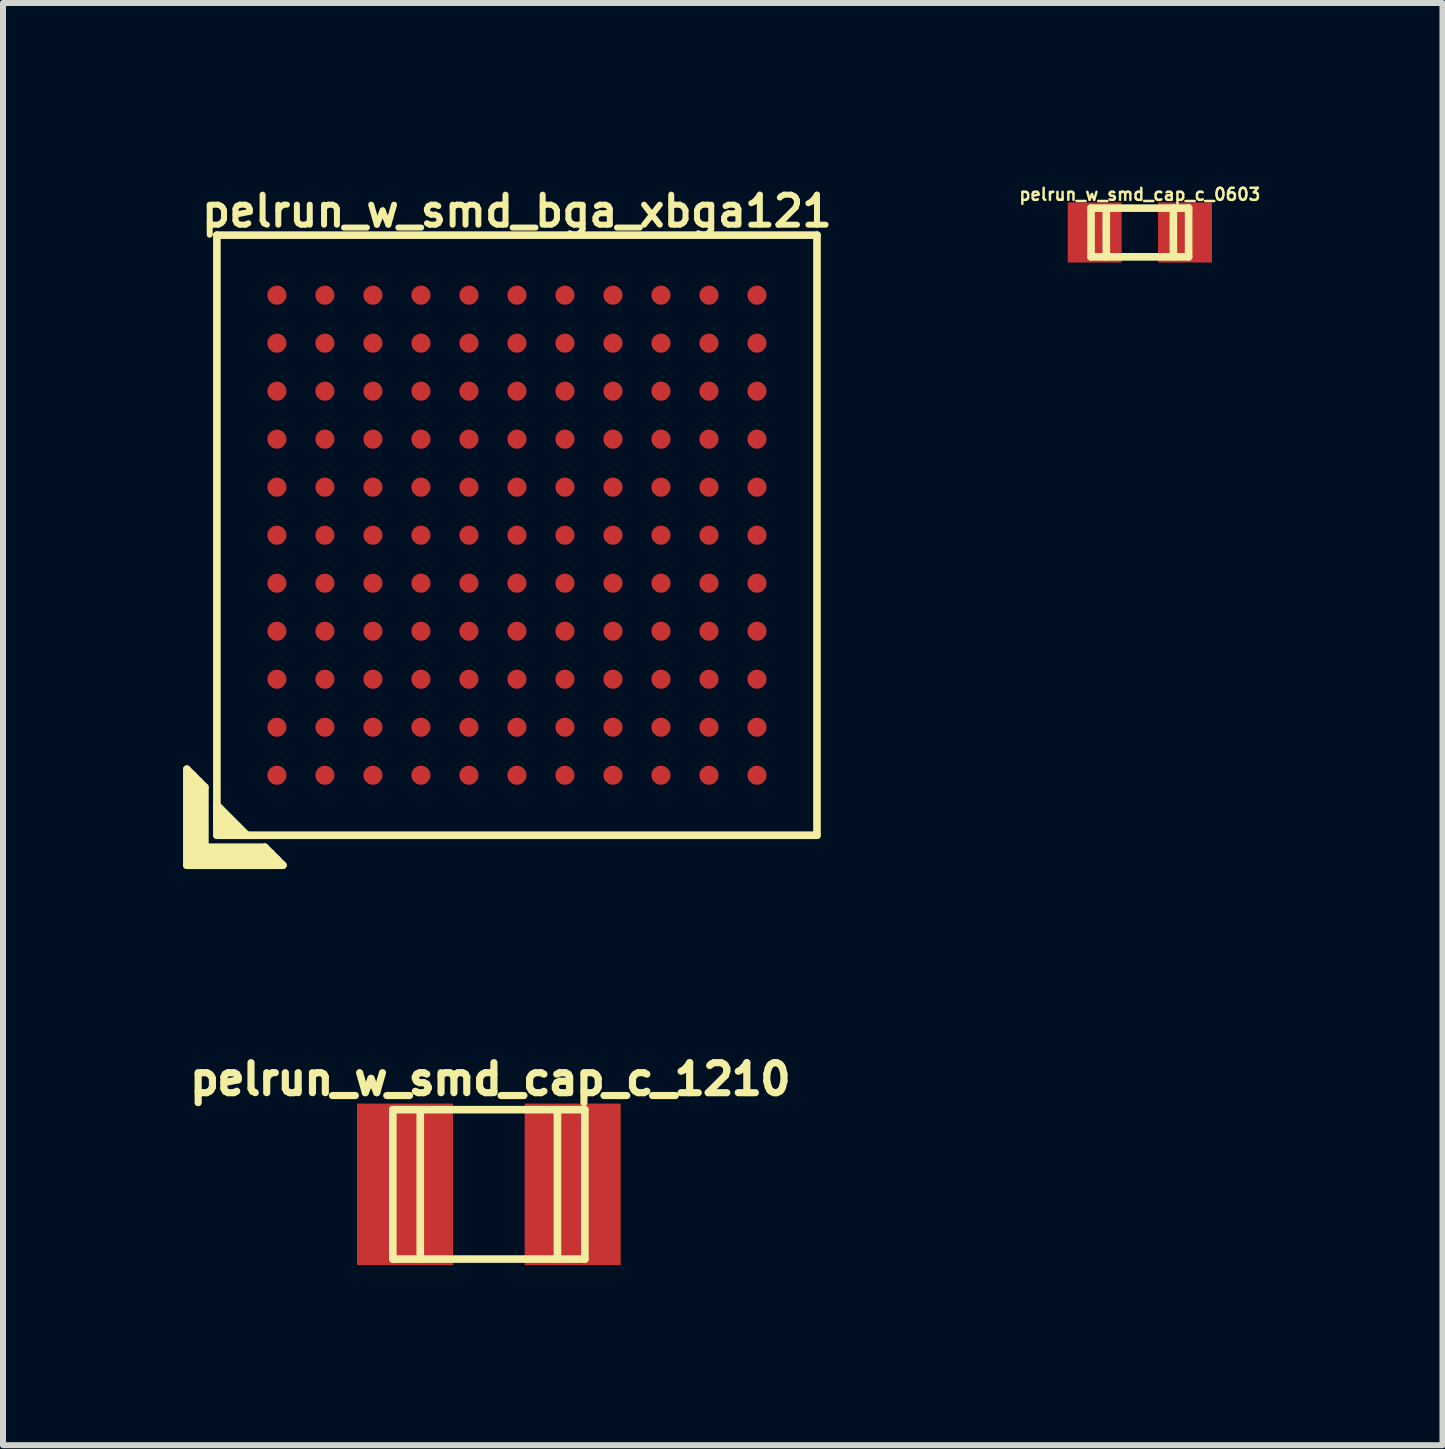
<source format=kicad_pcb>
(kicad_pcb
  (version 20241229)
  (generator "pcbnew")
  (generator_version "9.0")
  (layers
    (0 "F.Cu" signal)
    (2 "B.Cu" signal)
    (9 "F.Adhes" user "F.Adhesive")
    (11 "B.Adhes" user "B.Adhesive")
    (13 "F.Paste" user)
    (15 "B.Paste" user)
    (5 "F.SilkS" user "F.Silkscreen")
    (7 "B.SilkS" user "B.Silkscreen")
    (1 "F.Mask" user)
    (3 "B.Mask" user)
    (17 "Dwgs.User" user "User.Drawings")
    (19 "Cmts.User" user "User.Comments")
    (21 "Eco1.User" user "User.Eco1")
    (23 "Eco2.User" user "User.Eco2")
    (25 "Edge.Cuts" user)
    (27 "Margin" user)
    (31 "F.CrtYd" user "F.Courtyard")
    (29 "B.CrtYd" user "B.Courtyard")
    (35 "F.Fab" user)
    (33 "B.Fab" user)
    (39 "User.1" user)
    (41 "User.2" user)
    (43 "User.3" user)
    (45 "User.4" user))
  (footprint "pelrun_w_smd_cap_c_1210"
    (layer "F.Cu")
    (at 5.096 16.686)
    (property "Reference" "pelrun_w_smd_cap_c_1210" (at 0.025 -1.753 0) (layer "F.SilkS") (effects (font (size 0.5 0.5) (thickness 0.119))))
    (attr through_hole)
    (fp_line (start -1.6 -1.245) (end -1.6 1.245) (stroke (width 0.127) (type solid)) (layer "F.SilkS"))
    (fp_line (start -1.6 1.245) (end 1.6 1.245) (stroke (width 0.127) (type solid)) (layer "F.SilkS"))
    (fp_line (start -1.143 1.245) (end -1.143 -1.245) (stroke (width 0.127) (type solid)) (layer "F.SilkS"))
    (fp_line (start 1.143 -1.245) (end 1.143 1.245) (stroke (width 0.127) (type solid)) (layer "F.SilkS"))
    (fp_line (start 1.6 -1.245) (end -1.6 -1.245) (stroke (width 0.127) (type solid)) (layer "F.SilkS"))
    (fp_line (start 1.6 1.245) (end 1.6 -1.245) (stroke (width 0.127) (type solid)) (layer "F.SilkS"))
    (pad "1" smd rect (at 1.397 0) (size 1.6 2.692) (layers "F.Cu" "F.Mask" "F.Paste"))
    (pad "2" smd rect (at -1.397 0) (size 1.6 2.692) (layers "F.Cu" "F.Mask" "F.Paste")))
  (footprint "pelrun_w_smd_bga_xbga121"
    (layer "F.Cu")
    (at 5.564 5.868)
    (property "Reference" "pelrun_w_smd_bga_xbga121" (at 0 -5.4 0) (layer "F.SilkS") (effects (font (size 0.5 0.5) (thickness 0.1))))
    (attr through_hole)
    (fp_line (start -5.5 3.9) (end -5.2 4.2) (stroke (width 0.127) (type solid)) (layer "F.SilkS"))
    (fp_line (start -5.5 5.5) (end -5.5 3.9) (stroke (width 0.127) (type solid)) (layer "F.SilkS"))
    (fp_line (start -5.4 5.4) (end -5.4 4) (stroke (width 0.127) (type solid)) (layer "F.SilkS"))
    (fp_line (start -5.3 4.1) (end -5.3 5.3) (stroke (width 0.127) (type solid)) (layer "F.SilkS"))
    (fp_line (start -5.3 5.3) (end -4.1 5.3) (stroke (width 0.127) (type solid)) (layer "F.SilkS"))
    (fp_line (start -5.2 4.2) (end -5.2 5.2) (stroke (width 0.127) (type solid)) (layer "F.SilkS"))
    (fp_line (start -5.2 5.2) (end -4.2 5.2) (stroke (width 0.127) (type solid)) (layer "F.SilkS"))
    (fp_line (start -5 -5) (end -5 5) (stroke (width 0.127) (type solid)) (layer "F.SilkS"))
    (fp_line (start -5 4.7) (end -4.7 5) (stroke (width 0.127) (type solid)) (layer "F.SilkS"))
    (fp_line (start -5 5) (end 5 5) (stroke (width 0.127) (type solid)) (layer "F.SilkS"))
    (fp_line (start -4.8 5) (end -5 4.8) (stroke (width 0.127) (type solid)) (layer "F.SilkS"))
    (fp_line (start -4.6 5) (end -5 4.6) (stroke (width 0.127) (type solid)) (layer "F.SilkS"))
    (fp_line (start -4.5 5) (end -5 4.5) (stroke (width 0.127) (type solid)) (layer "F.SilkS"))
    (fp_line (start -4.2 5.2) (end -3.9 5.5) (stroke (width 0.127) (type solid)) (layer "F.SilkS"))
    (fp_line (start -4 5.4) (end -5.4 5.4) (stroke (width 0.127) (type solid)) (layer "F.SilkS"))
    (fp_line (start -3.9 5.5) (end -5.5 5.5) (stroke (width 0.127) (type solid)) (layer "F.SilkS"))
    (fp_line (start 5 -5) (end -5 -5) (stroke (width 0.127) (type solid)) (layer "F.SilkS"))
    (fp_line (start 5 5) (end 5 -5) (stroke (width 0.127) (type solid)) (layer "F.SilkS"))
    (pad "A1" smd circle (at -4 4) (size 0.318 0.318) (layers "F.Cu" "F.Mask" "F.Paste"))
    (pad "A2" smd circle (at -3.2 4) (size 0.318 0.318) (layers "F.Cu" "F.Mask" "F.Paste"))
    (pad "A3" smd circle (at -2.4 4) (size 0.318 0.318) (layers "F.Cu" "F.Mask" "F.Paste"))
    (pad "A4" smd circle (at -1.6 4) (size 0.318 0.318) (layers "F.Cu" "F.Mask" "F.Paste"))
    (pad "A5" smd circle (at -0.8 4) (size 0.318 0.318) (layers "F.Cu" "F.Mask" "F.Paste"))
    (pad "A6" smd circle (at 0 4) (size 0.318 0.318) (layers "F.Cu" "F.Mask" "F.Paste"))
    (pad "A7" smd circle (at 0.8 4) (size 0.318 0.318) (layers "F.Cu" "F.Mask" "F.Paste"))
    (pad "A8" smd circle (at 1.6 4) (size 0.318 0.318) (layers "F.Cu" "F.Mask" "F.Paste"))
    (pad "A9" smd circle (at 2.4 4) (size 0.318 0.318) (layers "F.Cu" "F.Mask" "F.Paste"))
    (pad "A10" smd circle (at 3.2 4) (size 0.318 0.318) (layers "F.Cu" "F.Mask" "F.Paste"))
    (pad "A11" smd circle (at 4 4) (size 0.318 0.318) (layers "F.Cu" "F.Mask" "F.Paste"))
    (pad "B1" smd circle (at -4 3.2) (size 0.318 0.318) (layers "F.Cu" "F.Mask" "F.Paste"))
    (pad "B2" smd circle (at -3.2 3.2) (size 0.318 0.318) (layers "F.Cu" "F.Mask" "F.Paste"))
    (pad "B3" smd circle (at -2.4 3.2) (size 0.318 0.318) (layers "F.Cu" "F.Mask" "F.Paste"))
    (pad "B4" smd circle (at -1.6 3.2) (size 0.318 0.318) (layers "F.Cu" "F.Mask" "F.Paste"))
    (pad "B5" smd circle (at -0.8 3.2) (size 0.318 0.318) (layers "F.Cu" "F.Mask" "F.Paste"))
    (pad "B6" smd circle (at 0 3.2) (size 0.318 0.318) (layers "F.Cu" "F.Mask" "F.Paste"))
    (pad "B7" smd circle (at 0.8 3.2) (size 0.318 0.318) (layers "F.Cu" "F.Mask" "F.Paste"))
    (pad "B8" smd circle (at 1.6 3.2) (size 0.318 0.318) (layers "F.Cu" "F.Mask" "F.Paste"))
    (pad "B9" smd circle (at 2.4 3.2) (size 0.318 0.318) (layers "F.Cu" "F.Mask" "F.Paste"))
    (pad "B10" smd circle (at 3.2 3.2) (size 0.318 0.318) (layers "F.Cu" "F.Mask" "F.Paste"))
    (pad "B11" smd circle (at 4 3.2) (size 0.318 0.318) (layers "F.Cu" "F.Mask" "F.Paste"))
    (pad "C1" smd circle (at -4 2.4) (size 0.318 0.318) (layers "F.Cu" "F.Mask" "F.Paste"))
    (pad "C2" smd circle (at -3.2 2.4) (size 0.318 0.318) (layers "F.Cu" "F.Mask" "F.Paste"))
    (pad "C3" smd circle (at -2.4 2.4) (size 0.318 0.318) (layers "F.Cu" "F.Mask" "F.Paste"))
    (pad "C4" smd circle (at -1.6 2.4) (size 0.318 0.318) (layers "F.Cu" "F.Mask" "F.Paste"))
    (pad "C5" smd circle (at -0.8 2.4) (size 0.318 0.318) (layers "F.Cu" "F.Mask" "F.Paste"))
    (pad "C6" smd circle (at 0 2.4) (size 0.318 0.318) (layers "F.Cu" "F.Mask" "F.Paste"))
    (pad "C7" smd circle (at 0.8 2.4) (size 0.318 0.318) (layers "F.Cu" "F.Mask" "F.Paste"))
    (pad "C8" smd circle (at 1.6 2.4) (size 0.318 0.318) (layers "F.Cu" "F.Mask" "F.Paste"))
    (pad "C9" smd circle (at 2.4 2.4) (size 0.318 0.318) (layers "F.Cu" "F.Mask" "F.Paste"))
    (pad "C10" smd circle (at 3.2 2.4) (size 0.318 0.318) (layers "F.Cu" "F.Mask" "F.Paste"))
    (pad "C11" smd circle (at 4 2.4) (size 0.318 0.318) (layers "F.Cu" "F.Mask" "F.Paste"))
    (pad "D1" smd circle (at -4 1.6) (size 0.318 0.318) (layers "F.Cu" "F.Mask" "F.Paste"))
    (pad "D2" smd circle (at -3.2 1.6) (size 0.318 0.318) (layers "F.Cu" "F.Mask" "F.Paste"))
    (pad "D3" smd circle (at -2.4 1.6) (size 0.318 0.318) (layers "F.Cu" "F.Mask" "F.Paste"))
    (pad "D4" smd circle (at -1.6 1.6) (size 0.318 0.318) (layers "F.Cu" "F.Mask" "F.Paste"))
    (pad "D5" smd circle (at -0.8 1.6) (size 0.318 0.318) (layers "F.Cu" "F.Mask" "F.Paste"))
    (pad "D6" smd circle (at 0 1.6) (size 0.318 0.318) (layers "F.Cu" "F.Mask" "F.Paste"))
    (pad "D7" smd circle (at 0.8 1.6) (size 0.318 0.318) (layers "F.Cu" "F.Mask" "F.Paste"))
    (pad "D8" smd circle (at 1.6 1.6) (size 0.318 0.318) (layers "F.Cu" "F.Mask" "F.Paste"))
    (pad "D9" smd circle (at 2.4 1.6) (size 0.318 0.318) (layers "F.Cu" "F.Mask" "F.Paste"))
    (pad "D10" smd circle (at 3.2 1.6) (size 0.318 0.318) (layers "F.Cu" "F.Mask" "F.Paste"))
    (pad "D11" smd circle (at 4 1.6) (size 0.318 0.318) (layers "F.Cu" "F.Mask" "F.Paste"))
    (pad "E1" smd circle (at -4 0.8) (size 0.318 0.318) (layers "F.Cu" "F.Mask" "F.Paste"))
    (pad "E2" smd circle (at -3.2 0.8) (size 0.318 0.318) (layers "F.Cu" "F.Mask" "F.Paste"))
    (pad "E3" smd circle (at -2.4 0.8) (size 0.318 0.318) (layers "F.Cu" "F.Mask" "F.Paste"))
    (pad "E4" smd circle (at -1.6 0.8) (size 0.318 0.318) (layers "F.Cu" "F.Mask" "F.Paste"))
    (pad "E5" smd circle (at -0.8 0.8) (size 0.318 0.318) (layers "F.Cu" "F.Mask" "F.Paste"))
    (pad "E6" smd circle (at 0 0.8) (size 0.318 0.318) (layers "F.Cu" "F.Mask" "F.Paste"))
    (pad "E7" smd circle (at 0.8 0.8) (size 0.318 0.318) (layers "F.Cu" "F.Mask" "F.Paste"))
    (pad "E8" smd circle (at 1.6 0.8) (size 0.318 0.318) (layers "F.Cu" "F.Mask" "F.Paste"))
    (pad "E9" smd circle (at 2.4 0.8) (size 0.318 0.318) (layers "F.Cu" "F.Mask" "F.Paste"))
    (pad "E10" smd circle (at 3.2 0.8) (size 0.318 0.318) (layers "F.Cu" "F.Mask" "F.Paste"))
    (pad "E11" smd circle (at 4 0.8) (size 0.318 0.318) (layers "F.Cu" "F.Mask" "F.Paste"))
    (pad "F1" smd circle (at -4 0) (size 0.318 0.318) (layers "F.Cu" "F.Mask" "F.Paste"))
    (pad "F2" smd circle (at -3.2 0) (size 0.318 0.318) (layers "F.Cu" "F.Mask" "F.Paste"))
    (pad "F3" smd circle (at -2.4 0) (size 0.318 0.318) (layers "F.Cu" "F.Mask" "F.Paste"))
    (pad "F4" smd circle (at -1.6 0) (size 0.318 0.318) (layers "F.Cu" "F.Mask" "F.Paste"))
    (pad "F5" smd circle (at -0.8 0) (size 0.318 0.318) (layers "F.Cu" "F.Mask" "F.Paste"))
    (pad "F6" smd circle (at 0 0) (size 0.318 0.318) (layers "F.Cu" "F.Mask" "F.Paste"))
    (pad "F7" smd circle (at 0.8 0) (size 0.318 0.318) (layers "F.Cu" "F.Mask" "F.Paste"))
    (pad "F8" smd circle (at 1.6 0) (size 0.318 0.318) (layers "F.Cu" "F.Mask" "F.Paste"))
    (pad "F9" smd circle (at 2.4 0) (size 0.318 0.318) (layers "F.Cu" "F.Mask" "F.Paste"))
    (pad "F10" smd circle (at 3.2 0) (size 0.318 0.318) (layers "F.Cu" "F.Mask" "F.Paste"))
    (pad "F11" smd circle (at 4 0) (size 0.318 0.318) (layers "F.Cu" "F.Mask" "F.Paste"))
    (pad "G1" smd circle (at -4 -0.8) (size 0.318 0.318) (layers "F.Cu" "F.Mask" "F.Paste"))
    (pad "G2" smd circle (at -3.2 -0.8) (size 0.318 0.318) (layers "F.Cu" "F.Mask" "F.Paste"))
    (pad "G3" smd circle (at -2.4 -0.8) (size 0.318 0.318) (layers "F.Cu" "F.Mask" "F.Paste"))
    (pad "G4" smd circle (at -1.6 -0.8) (size 0.318 0.318) (layers "F.Cu" "F.Mask" "F.Paste"))
    (pad "G5" smd circle (at -0.8 -0.8) (size 0.318 0.318) (layers "F.Cu" "F.Mask" "F.Paste"))
    (pad "G6" smd circle (at 0 -0.8) (size 0.318 0.318) (layers "F.Cu" "F.Mask" "F.Paste"))
    (pad "G7" smd circle (at 0.8 -0.8) (size 0.318 0.318) (layers "F.Cu" "F.Mask" "F.Paste"))
    (pad "G8" smd circle (at 1.6 -0.8) (size 0.318 0.318) (layers "F.Cu" "F.Mask" "F.Paste"))
    (pad "G9" smd circle (at 2.4 -0.8) (size 0.318 0.318) (layers "F.Cu" "F.Mask" "F.Paste"))
    (pad "G10" smd circle (at 3.2 -0.8) (size 0.318 0.318) (layers "F.Cu" "F.Mask" "F.Paste"))
    (pad "G11" smd circle (at 4 -0.8) (size 0.318 0.318) (layers "F.Cu" "F.Mask" "F.Paste"))
    (pad "H1" smd circle (at -4 -1.6) (size 0.318 0.318) (layers "F.Cu" "F.Mask" "F.Paste"))
    (pad "H2" smd circle (at -3.2 -1.6) (size 0.318 0.318) (layers "F.Cu" "F.Mask" "F.Paste"))
    (pad "H3" smd circle (at -2.4 -1.6) (size 0.318 0.318) (layers "F.Cu" "F.Mask" "F.Paste"))
    (pad "H4" smd circle (at -1.6 -1.6) (size 0.318 0.318) (layers "F.Cu" "F.Mask" "F.Paste"))
    (pad "H5" smd circle (at -0.8 -1.6) (size 0.318 0.318) (layers "F.Cu" "F.Mask" "F.Paste"))
    (pad "H6" smd circle (at 0 -1.6) (size 0.318 0.318) (layers "F.Cu" "F.Mask" "F.Paste"))
    (pad "H7" smd circle (at 0.8 -1.6) (size 0.318 0.318) (layers "F.Cu" "F.Mask" "F.Paste"))
    (pad "H8" smd circle (at 1.6 -1.6) (size 0.318 0.318) (layers "F.Cu" "F.Mask" "F.Paste"))
    (pad "H9" smd circle (at 2.4 -1.6) (size 0.318 0.318) (layers "F.Cu" "F.Mask" "F.Paste"))
    (pad "H10" smd circle (at 3.2 -1.6) (size 0.318 0.318) (layers "F.Cu" "F.Mask" "F.Paste"))
    (pad "H11" smd circle (at 4 -1.6) (size 0.318 0.318) (layers "F.Cu" "F.Mask" "F.Paste"))
    (pad "J1" smd circle (at -4 -2.4) (size 0.318 0.318) (layers "F.Cu" "F.Mask" "F.Paste"))
    (pad "J2" smd circle (at -3.2 -2.4) (size 0.318 0.318) (layers "F.Cu" "F.Mask" "F.Paste"))
    (pad "J3" smd circle (at -2.4 -2.4) (size 0.318 0.318) (layers "F.Cu" "F.Mask" "F.Paste"))
    (pad "J4" smd circle (at -1.6 -2.4) (size 0.318 0.318) (layers "F.Cu" "F.Mask" "F.Paste"))
    (pad "J5" smd circle (at -0.8 -2.4) (size 0.318 0.318) (layers "F.Cu" "F.Mask" "F.Paste"))
    (pad "J6" smd circle (at 0 -2.4) (size 0.318 0.318) (layers "F.Cu" "F.Mask" "F.Paste"))
    (pad "J7" smd circle (at 0.8 -2.4) (size 0.318 0.318) (layers "F.Cu" "F.Mask" "F.Paste"))
    (pad "J8" smd circle (at 1.6 -2.4) (size 0.318 0.318) (layers "F.Cu" "F.Mask" "F.Paste"))
    (pad "J9" smd circle (at 2.4 -2.4) (size 0.318 0.318) (layers "F.Cu" "F.Mask" "F.Paste"))
    (pad "J10" smd circle (at 3.2 -2.4) (size 0.318 0.318) (layers "F.Cu" "F.Mask" "F.Paste"))
    (pad "J11" smd circle (at 4 -2.4) (size 0.318 0.318) (layers "F.Cu" "F.Mask" "F.Paste"))
    (pad "K1" smd circle (at -4 -3.2) (size 0.318 0.318) (layers "F.Cu" "F.Mask" "F.Paste"))
    (pad "K2" smd circle (at -3.2 -3.2) (size 0.318 0.318) (layers "F.Cu" "F.Mask" "F.Paste"))
    (pad "K3" smd circle (at -2.4 -3.2) (size 0.318 0.318) (layers "F.Cu" "F.Mask" "F.Paste"))
    (pad "K4" smd circle (at -1.6 -3.2) (size 0.318 0.318) (layers "F.Cu" "F.Mask" "F.Paste"))
    (pad "K5" smd circle (at -0.8 -3.2) (size 0.318 0.318) (layers "F.Cu" "F.Mask" "F.Paste"))
    (pad "K6" smd circle (at 0 -3.2) (size 0.318 0.318) (layers "F.Cu" "F.Mask" "F.Paste"))
    (pad "K7" smd circle (at 0.8 -3.2) (size 0.318 0.318) (layers "F.Cu" "F.Mask" "F.Paste"))
    (pad "K8" smd circle (at 1.6 -3.2) (size 0.318 0.318) (layers "F.Cu" "F.Mask" "F.Paste"))
    (pad "K9" smd circle (at 2.4 -3.2) (size 0.318 0.318) (layers "F.Cu" "F.Mask" "F.Paste"))
    (pad "K10" smd circle (at 3.2 -3.2) (size 0.318 0.318) (layers "F.Cu" "F.Mask" "F.Paste"))
    (pad "K11" smd circle (at 4 -3.2) (size 0.318 0.318) (layers "F.Cu" "F.Mask" "F.Paste"))
    (pad "L1" smd circle (at -4 -4) (size 0.318 0.318) (layers "F.Cu" "F.Mask" "F.Paste"))
    (pad "L2" smd circle (at -3.2 -4) (size 0.318 0.318) (layers "F.Cu" "F.Mask" "F.Paste"))
    (pad "L3" smd circle (at -2.4 -4) (size 0.318 0.318) (layers "F.Cu" "F.Mask" "F.Paste"))
    (pad "L4" smd circle (at -1.6 -4) (size 0.318 0.318) (layers "F.Cu" "F.Mask" "F.Paste"))
    (pad "L5" smd circle (at -0.8 -4) (size 0.318 0.318) (layers "F.Cu" "F.Mask" "F.Paste"))
    (pad "L6" smd circle (at 0 -4) (size 0.318 0.318) (layers "F.Cu" "F.Mask" "F.Paste"))
    (pad "L7" smd circle (at 0.8 -4) (size 0.318 0.318) (layers "F.Cu" "F.Mask" "F.Paste"))
    (pad "L8" smd circle (at 1.6 -4) (size 0.318 0.318) (layers "F.Cu" "F.Mask" "F.Paste"))
    (pad "L9" smd circle (at 2.4 -4) (size 0.318 0.318) (layers "F.Cu" "F.Mask" "F.Paste"))
    (pad "L10" smd circle (at 3.2 -4) (size 0.318 0.318) (layers "F.Cu" "F.Mask" "F.Paste"))
    (pad "L11" smd circle (at 4 -4) (size 0.318 0.318) (layers "F.Cu" "F.Mask" "F.Paste")))
  (footprint "pelrun_w_smd_cap_c_0603"
    (layer "F.Cu")
    (at 15.944 0.824)
    (property "Reference" "pelrun_w_smd_cap_c_0603" (at 0 -0.635 0) (layer "F.SilkS") (effects (font (size 0.201 0.201) (thickness 0.041))))
    (attr through_hole)
    (fp_line (start -0.813 -0.406) (end 0.813 -0.406) (stroke (width 0.127) (type solid)) (layer "F.SilkS"))
    (fp_line (start -0.813 0.406) (end -0.813 -0.406) (stroke (width 0.127) (type solid)) (layer "F.SilkS"))
    (fp_line (start -0.559 -0.381) (end -0.559 0.406) (stroke (width 0.127) (type solid)) (layer "F.SilkS"))
    (fp_line (start 0.559 0.406) (end 0.559 -0.406) (stroke (width 0.127) (type solid)) (layer "F.SilkS"))
    (fp_line (start 0.813 -0.406) (end 0.813 0.406) (stroke (width 0.127) (type solid)) (layer "F.SilkS"))
    (fp_line (start 0.813 0.406) (end -0.813 0.406) (stroke (width 0.127) (type solid)) (layer "F.SilkS"))
    (pad "1" smd rect (at 0.752 0) (size 0.899 1.001) (layers "F.Cu" "F.Mask" "F.Paste"))
    (pad "2" smd rect (at -0.752 0) (size 0.899 1.001) (layers "F.Cu" "F.Mask" "F.Paste")))
  (gr_rect
    (start -3 -3)
    (end 20.987 21.033)
    (stroke (width 0.1) (type default))
    (fill no)
    (layer "Edge.Cuts")))
</source>
